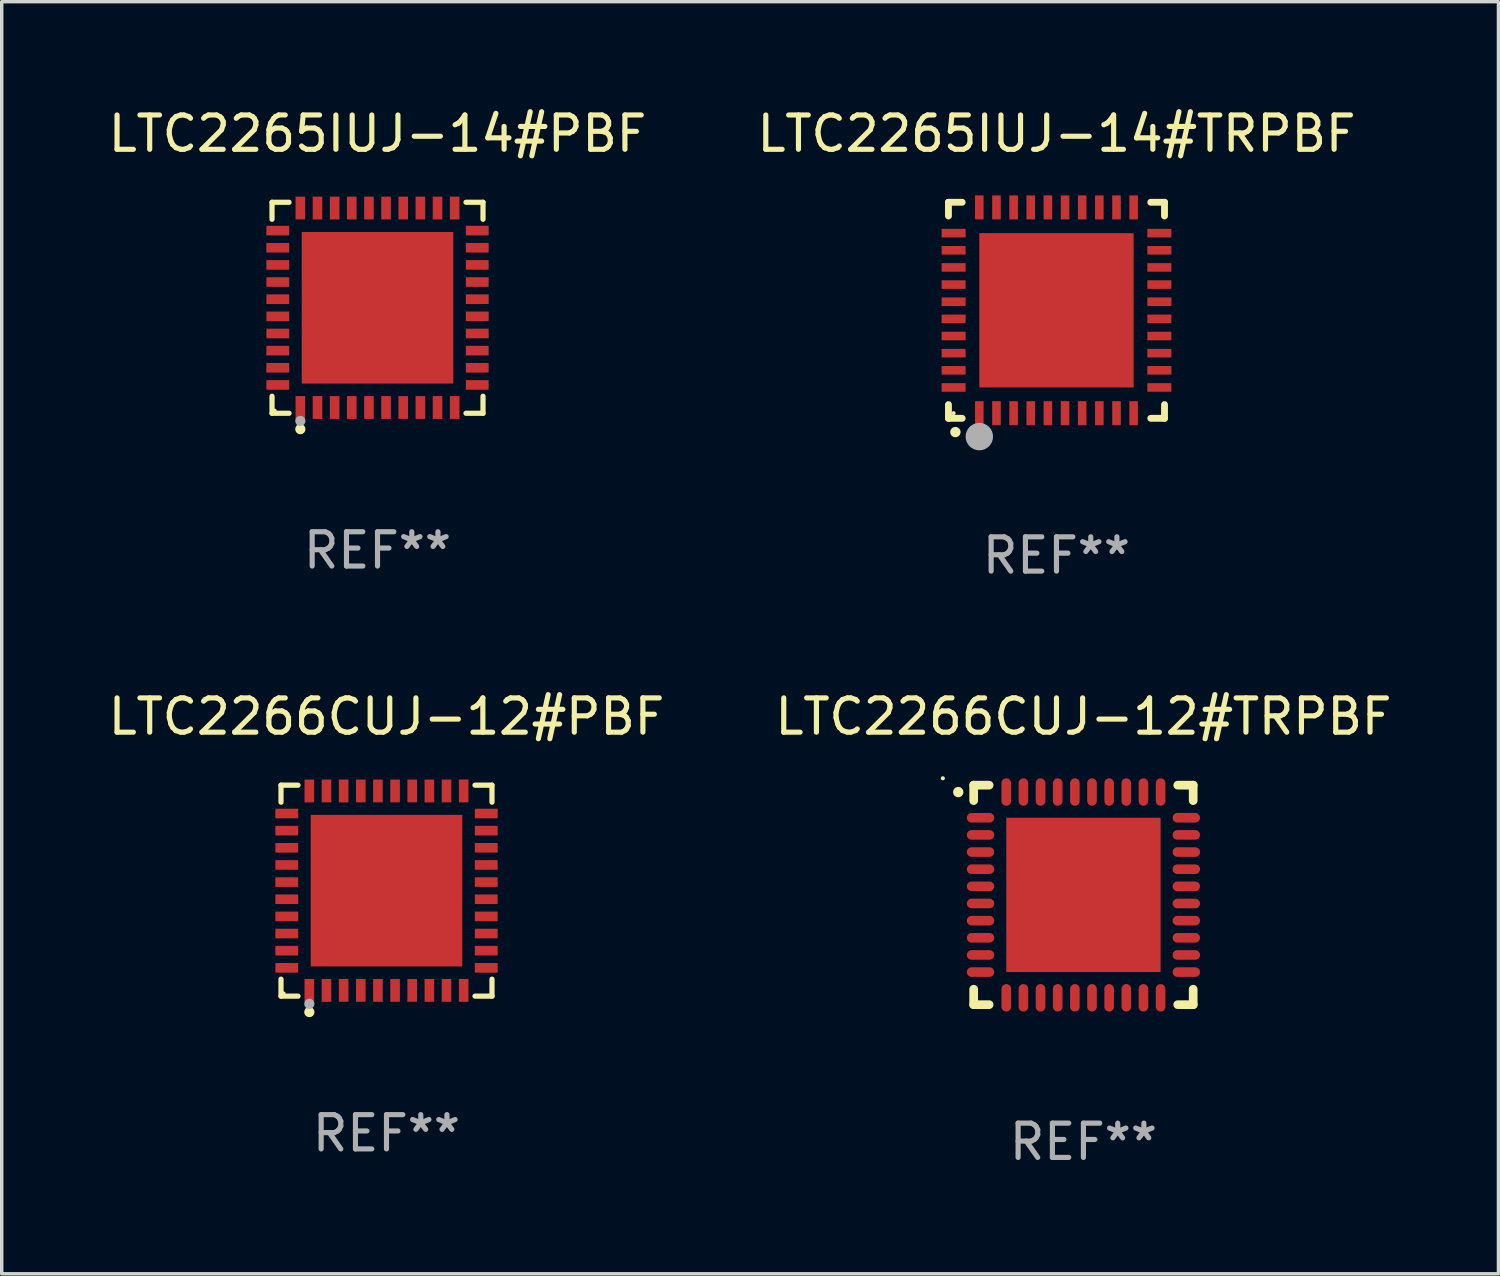
<source format=kicad_pcb>
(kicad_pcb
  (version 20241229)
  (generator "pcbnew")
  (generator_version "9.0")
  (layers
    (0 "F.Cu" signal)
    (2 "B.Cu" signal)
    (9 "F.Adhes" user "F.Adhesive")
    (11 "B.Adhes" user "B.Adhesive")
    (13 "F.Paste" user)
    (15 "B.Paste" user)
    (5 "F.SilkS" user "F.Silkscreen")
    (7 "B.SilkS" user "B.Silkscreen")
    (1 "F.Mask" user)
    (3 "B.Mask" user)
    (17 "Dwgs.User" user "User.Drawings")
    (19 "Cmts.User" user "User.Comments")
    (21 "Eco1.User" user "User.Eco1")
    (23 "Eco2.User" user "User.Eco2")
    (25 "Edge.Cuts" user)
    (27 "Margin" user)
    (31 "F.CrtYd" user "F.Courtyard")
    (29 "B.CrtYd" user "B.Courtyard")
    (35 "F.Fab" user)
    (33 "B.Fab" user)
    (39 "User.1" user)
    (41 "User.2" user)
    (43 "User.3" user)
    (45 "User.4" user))
  (footprint "LTC2266CUJ-12#PBF"
    (layer "F.Cu")
    (at 8.22 22.921)
    (property "Reference" "LTC2266CUJ-12#PBF" (at 0 -5.076 0) (layer "F.SilkS") (effects (font (size 1 1) (thickness 0.15))))
    (attr through_hole)
    (fp_line (start -3.076 -3.076) (end -2.58 -3.076) (stroke (width 0.152) (type solid)) (layer "F.SilkS"))
    (fp_line (start -3.076 -2.58) (end -3.076 -3.076) (stroke (width 0.152) (type solid)) (layer "F.SilkS"))
    (fp_line (start -3.076 2.58) (end -3.076 3.076) (stroke (width 0.152) (type solid)) (layer "F.SilkS"))
    (fp_line (start -3.076 3.076) (end -2.58 3.076) (stroke (width 0.152) (type solid)) (layer "F.SilkS"))
    (fp_line (start 3.076 -3.076) (end 2.58 -3.076) (stroke (width 0.152) (type solid)) (layer "F.SilkS"))
    (fp_line (start 3.076 -2.58) (end 3.076 -3.076) (stroke (width 0.152) (type solid)) (layer "F.SilkS"))
    (fp_line (start 3.076 2.58) (end 3.076 3.076) (stroke (width 0.152) (type solid)) (layer "F.SilkS"))
    (fp_line (start 3.076 3.076) (end 2.58 3.076) (stroke (width 0.152) (type solid)) (layer "F.SilkS"))
    (fp_circle (center -3 3) (end -2.97 3) (stroke (width 0.06) (type solid)) (fill no) (layer "F.SilkS"))
    (fp_circle (center -2.25 3.54) (end -2.175 3.54) (stroke (width 0.15) (type solid)) (fill no) (layer "F.SilkS"))
    (fp_circle (center -2.25 3.3) (end -2.175 3.3) (stroke (width 0.15) (type solid)) (fill no) (layer "F.Fab"))
    (fp_text user "REF**" (at 0 7.076 0) (layer "F.Fab") (effects (font (size 1 1) (thickness 0.15))))
    (pad "1" smd rect (at -2.25 2.908) (size 0.28 0.665) (layers "F.Cu" "F.Mask" "F.Paste"))
    (pad "2" smd rect (at -1.75 2.908) (size 0.28 0.665) (layers "F.Cu" "F.Mask" "F.Paste"))
    (pad "3" smd rect (at -1.25 2.908) (size 0.28 0.665) (layers "F.Cu" "F.Mask" "F.Paste"))
    (pad "4" smd rect (at -0.75 2.908) (size 0.28 0.665) (layers "F.Cu" "F.Mask" "F.Paste"))
    (pad "5" smd rect (at -0.25 2.908) (size 0.28 0.665) (layers "F.Cu" "F.Mask" "F.Paste"))
    (pad "6" smd rect (at 0.25 2.908) (size 0.28 0.665) (layers "F.Cu" "F.Mask" "F.Paste"))
    (pad "7" smd rect (at 0.75 2.908) (size 0.28 0.665) (layers "F.Cu" "F.Mask" "F.Paste"))
    (pad "8" smd rect (at 1.25 2.908) (size 0.28 0.665) (layers "F.Cu" "F.Mask" "F.Paste"))
    (pad "9" smd rect (at 1.75 2.908) (size 0.28 0.665) (layers "F.Cu" "F.Mask" "F.Paste"))
    (pad "10" smd rect (at 2.25 2.908) (size 0.28 0.665) (layers "F.Cu" "F.Mask" "F.Paste"))
    (pad "11" smd rect (at 2.908 2.25) (size 0.665 0.28) (layers "F.Cu" "F.Mask" "F.Paste"))
    (pad "12" smd rect (at 2.908 1.75) (size 0.665 0.28) (layers "F.Cu" "F.Mask" "F.Paste"))
    (pad "13" smd rect (at 2.908 1.25) (size 0.665 0.28) (layers "F.Cu" "F.Mask" "F.Paste"))
    (pad "14" smd rect (at 2.908 0.75) (size 0.665 0.28) (layers "F.Cu" "F.Mask" "F.Paste"))
    (pad "15" smd rect (at 2.908 0.25) (size 0.665 0.28) (layers "F.Cu" "F.Mask" "F.Paste"))
    (pad "16" smd rect (at 2.908 -0.25) (size 0.665 0.28) (layers "F.Cu" "F.Mask" "F.Paste"))
    (pad "17" smd rect (at 2.908 -0.75) (size 0.665 0.28) (layers "F.Cu" "F.Mask" "F.Paste"))
    (pad "18" smd rect (at 2.908 -1.25) (size 0.665 0.28) (layers "F.Cu" "F.Mask" "F.Paste"))
    (pad "19" smd rect (at 2.908 -1.75) (size 0.665 0.28) (layers "F.Cu" "F.Mask" "F.Paste"))
    (pad "20" smd rect (at 2.908 -2.25) (size 0.665 0.28) (layers "F.Cu" "F.Mask" "F.Paste"))
    (pad "21" smd rect (at 2.25 -2.908) (size 0.28 0.665) (layers "F.Cu" "F.Mask" "F.Paste"))
    (pad "22" smd rect (at 1.75 -2.908) (size 0.28 0.665) (layers "F.Cu" "F.Mask" "F.Paste"))
    (pad "23" smd rect (at 1.25 -2.908) (size 0.28 0.665) (layers "F.Cu" "F.Mask" "F.Paste"))
    (pad "24" smd rect (at 0.75 -2.908) (size 0.28 0.665) (layers "F.Cu" "F.Mask" "F.Paste"))
    (pad "25" smd rect (at 0.25 -2.908) (size 0.28 0.665) (layers "F.Cu" "F.Mask" "F.Paste"))
    (pad "26" smd rect (at -0.25 -2.908) (size 0.28 0.665) (layers "F.Cu" "F.Mask" "F.Paste"))
    (pad "27" smd rect (at -0.75 -2.908) (size 0.28 0.665) (layers "F.Cu" "F.Mask" "F.Paste"))
    (pad "28" smd rect (at -1.25 -2.908) (size 0.28 0.665) (layers "F.Cu" "F.Mask" "F.Paste"))
    (pad "29" smd rect (at -1.75 -2.908) (size 0.28 0.665) (layers "F.Cu" "F.Mask" "F.Paste"))
    (pad "30" smd rect (at -2.25 -2.908) (size 0.28 0.665) (layers "F.Cu" "F.Mask" "F.Paste"))
    (pad "31" smd rect (at -2.908 -2.25) (size 0.665 0.28) (layers "F.Cu" "F.Mask" "F.Paste"))
    (pad "32" smd rect (at -2.908 -1.75) (size 0.665 0.28) (layers "F.Cu" "F.Mask" "F.Paste"))
    (pad "33" smd rect (at -2.908 -1.25) (size 0.665 0.28) (layers "F.Cu" "F.Mask" "F.Paste"))
    (pad "34" smd rect (at -2.908 -0.75) (size 0.665 0.28) (layers "F.Cu" "F.Mask" "F.Paste"))
    (pad "35" smd rect (at -2.908 -0.25) (size 0.665 0.28) (layers "F.Cu" "F.Mask" "F.Paste"))
    (pad "36" smd rect (at -2.908 0.25) (size 0.665 0.28) (layers "F.Cu" "F.Mask" "F.Paste"))
    (pad "37" smd rect (at -2.908 0.75) (size 0.665 0.28) (layers "F.Cu" "F.Mask" "F.Paste"))
    (pad "38" smd rect (at -2.908 1.25) (size 0.665 0.28) (layers "F.Cu" "F.Mask" "F.Paste"))
    (pad "39" smd rect (at -2.908 1.75) (size 0.665 0.28) (layers "F.Cu" "F.Mask" "F.Paste"))
    (pad "40" smd rect (at -2.908 2.25) (size 0.665 0.28) (layers "F.Cu" "F.Mask" "F.Paste"))
    (pad "41" smd rect (at 0 0) (size 4.42 4.42) (layers "F.Cu" "F.Mask" "F.Paste")))
  (footprint "LTC2265IUJ-14#TRPBF"
    (layer "F.Cu")
    (at 27.756 5.998)
    (property "Reference" "LTC2265IUJ-14#TRPBF" (at 0 -5.15 0) (layer "F.SilkS") (effects (font (size 1 1) (thickness 0.15))))
    (attr through_hole)
    (fp_line (start -3.15 -3.15) (end -2.75 -3.15) (stroke (width 0.2) (type solid)) (layer "F.SilkS"))
    (fp_line (start -3.15 -2.75) (end -3.15 -3.15) (stroke (width 0.2) (type solid)) (layer "F.SilkS"))
    (fp_line (start -3.15 3.15) (end -3.15 2.75) (stroke (width 0.2) (type solid)) (layer "F.SilkS"))
    (fp_line (start -2.75 3.15) (end -3.15 3.15) (stroke (width 0.2) (type solid)) (layer "F.SilkS"))
    (fp_line (start 3.15 -3.15) (end 2.75 -3.15) (stroke (width 0.2) (type solid)) (layer "F.SilkS"))
    (fp_line (start 3.15 -2.75) (end 3.15 -3.15) (stroke (width 0.2) (type solid)) (layer "F.SilkS"))
    (fp_line (start 3.15 2.75) (end 3.15 3.15) (stroke (width 0.2) (type solid)) (layer "F.SilkS"))
    (fp_line (start 3.15 3.15) (end 2.75 3.15) (stroke (width 0.2) (type solid)) (layer "F.SilkS"))
    (fp_arc (start -2.94892 3.550927) (mid -2.94765 3.550922) (end -2.94638 3.550927) (stroke (width 0.3) (type solid)) (layer "F.SilkS"))
    (fp_circle (center -3 3) (end -2.97 3) (stroke (width 0.06) (type solid)) (fill no) (layer "F.SilkS"))
    (fp_circle (center -2.25 3.683) (end -2.05 3.683) (stroke (width 0.4) (type solid)) (fill no) (layer "F.Fab"))
    (fp_text user "REF**" (at 0 7.15 0) (layer "F.Fab") (effects (font (size 1 1) (thickness 0.15))))
    (pad "1" smd rect (at -2.25 3 180) (size 0.25 0.7) (layers "F.Cu" "F.Mask" "F.Paste"))
    (pad "2" smd rect (at -1.75 3 180) (size 0.25 0.7) (layers "F.Cu" "F.Mask" "F.Paste"))
    (pad "3" smd rect (at -1.25 3 180) (size 0.25 0.7) (layers "F.Cu" "F.Mask" "F.Paste"))
    (pad "4" smd rect (at -0.75 3 180) (size 0.25 0.7) (layers "F.Cu" "F.Mask" "F.Paste"))
    (pad "5" smd rect (at -0.25 3 180) (size 0.25 0.7) (layers "F.Cu" "F.Mask" "F.Paste"))
    (pad "6" smd rect (at 0.25 3 180) (size 0.25 0.7) (layers "F.Cu" "F.Mask" "F.Paste"))
    (pad "7" smd rect (at 0.75 3 180) (size 0.25 0.7) (layers "F.Cu" "F.Mask" "F.Paste"))
    (pad "8" smd rect (at 1.25 3 180) (size 0.25 0.7) (layers "F.Cu" "F.Mask" "F.Paste"))
    (pad "9" smd rect (at 1.75 3 180) (size 0.25 0.7) (layers "F.Cu" "F.Mask" "F.Paste"))
    (pad "10" smd rect (at 2.25 3 180) (size 0.25 0.7) (layers "F.Cu" "F.Mask" "F.Paste"))
    (pad "11" smd rect (at 3 2.25 90) (size 0.25 0.7) (layers "F.Cu" "F.Mask" "F.Paste"))
    (pad "12" smd rect (at 3 1.75 90) (size 0.25 0.7) (layers "F.Cu" "F.Mask" "F.Paste"))
    (pad "13" smd rect (at 3 1.25 90) (size 0.25 0.7) (layers "F.Cu" "F.Mask" "F.Paste"))
    (pad "14" smd rect (at 3 0.75 90) (size 0.25 0.7) (layers "F.Cu" "F.Mask" "F.Paste"))
    (pad "15" smd rect (at 3 0.25 90) (size 0.25 0.7) (layers "F.Cu" "F.Mask" "F.Paste"))
    (pad "16" smd rect (at 3 -0.25 90) (size 0.25 0.7) (layers "F.Cu" "F.Mask" "F.Paste"))
    (pad "17" smd rect (at 3 -0.75 90) (size 0.25 0.7) (layers "F.Cu" "F.Mask" "F.Paste"))
    (pad "18" smd rect (at 3 -1.25 90) (size 0.25 0.7) (layers "F.Cu" "F.Mask" "F.Paste"))
    (pad "19" smd rect (at 3 -1.75 90) (size 0.25 0.7) (layers "F.Cu" "F.Mask" "F.Paste"))
    (pad "20" smd rect (at 3 -2.25 90) (size 0.25 0.7) (layers "F.Cu" "F.Mask" "F.Paste"))
    (pad "21" smd rect (at 2.25 -3 180) (size 0.25 0.7) (layers "F.Cu" "F.Mask" "F.Paste"))
    (pad "22" smd rect (at 1.75 -3 180) (size 0.25 0.7) (layers "F.Cu" "F.Mask" "F.Paste"))
    (pad "23" smd rect (at 1.25 -3 180) (size 0.25 0.7) (layers "F.Cu" "F.Mask" "F.Paste"))
    (pad "24" smd rect (at 0.75 -3 180) (size 0.25 0.7) (layers "F.Cu" "F.Mask" "F.Paste"))
    (pad "25" smd rect (at 0.25 -3 180) (size 0.25 0.7) (layers "F.Cu" "F.Mask" "F.Paste"))
    (pad "26" smd rect (at -0.25 -3 180) (size 0.25 0.7) (layers "F.Cu" "F.Mask" "F.Paste"))
    (pad "27" smd rect (at -0.75 -3 180) (size 0.25 0.7) (layers "F.Cu" "F.Mask" "F.Paste"))
    (pad "28" smd rect (at -1.25 -3 180) (size 0.25 0.7) (layers "F.Cu" "F.Mask" "F.Paste"))
    (pad "29" smd rect (at -1.75 -3 180) (size 0.25 0.7) (layers "F.Cu" "F.Mask" "F.Paste"))
    (pad "30" smd rect (at -2.25 -3 180) (size 0.25 0.7) (layers "F.Cu" "F.Mask" "F.Paste"))
    (pad "31" smd rect (at -3 -2.25 90) (size 0.25 0.7) (layers "F.Cu" "F.Mask" "F.Paste"))
    (pad "32" smd rect (at -3 -1.75 90) (size 0.25 0.7) (layers "F.Cu" "F.Mask" "F.Paste"))
    (pad "33" smd rect (at -3 -1.25 90) (size 0.25 0.7) (layers "F.Cu" "F.Mask" "F.Paste"))
    (pad "34" smd rect (at -3 -0.75 90) (size 0.25 0.7) (layers "F.Cu" "F.Mask" "F.Paste"))
    (pad "35" smd rect (at -3 -0.25 90) (size 0.25 0.7) (layers "F.Cu" "F.Mask" "F.Paste"))
    (pad "36" smd rect (at -3 0.25 90) (size 0.25 0.7) (layers "F.Cu" "F.Mask" "F.Paste"))
    (pad "37" smd rect (at -3 0.75 90) (size 0.25 0.7) (layers "F.Cu" "F.Mask" "F.Paste"))
    (pad "38" smd rect (at -3 1.25 90) (size 0.25 0.7) (layers "F.Cu" "F.Mask" "F.Paste"))
    (pad "39" smd rect (at -3 1.75 90) (size 0.25 0.7) (layers "F.Cu" "F.Mask" "F.Paste"))
    (pad "40" smd rect (at -3 2.25 90) (size 0.25 0.7) (layers "F.Cu" "F.Mask" "F.Paste"))
    (pad "41" smd rect (at 0.000102 0.000076 90) (size 4.5 4.5) (layers "F.Cu" "F.Mask" "F.Paste")))
  (footprint "LTC2266CUJ-12#TRPBF"
    (layer "F.Cu")
    (at 28.542 23.045)
    (property "Reference" "LTC2266CUJ-12#TRPBF" (at 0 -5.2 0) (layer "F.SilkS") (effects (font (size 1 1) (thickness 0.15))))
    (attr through_hole)
    (fp_line (start -3.2 -3.2) (end -2.75 -3.2) (stroke (width 0.254) (type solid)) (layer "F.SilkS"))
    (fp_line (start -3.2 -2.75) (end -3.2 -3.2) (stroke (width 0.254) (type solid)) (layer "F.SilkS"))
    (fp_line (start -3.2 3.2) (end -3.2 2.75) (stroke (width 0.254) (type solid)) (layer "F.SilkS"))
    (fp_line (start -2.75 3.2) (end -3.2 3.2) (stroke (width 0.254) (type solid)) (layer "F.SilkS"))
    (fp_line (start 2.75 3.2) (end 3.2 3.2) (stroke (width 0.254) (type solid)) (layer "F.SilkS"))
    (fp_line (start 3.2 -3.2) (end 2.75 -3.2) (stroke (width 0.254) (type solid)) (layer "F.SilkS"))
    (fp_line (start 3.2 -2.75) (end 3.2 -3.2) (stroke (width 0.254) (type solid)) (layer "F.SilkS"))
    (fp_line (start 3.2 3.2) (end 3.2 2.75) (stroke (width 0.254) (type solid)) (layer "F.SilkS"))
    (fp_arc (start -3.649987 -2.997206) (mid -3.649992 -2.998476) (end -3.649987 -2.999746) (stroke (width 0.3) (type solid)) (layer "F.SilkS"))
    (fp_circle (center -4.1 -3.4) (end -4.07 -3.4) (stroke (width 0.06) (type solid)) (fill no) (layer "F.SilkS"))
    (fp_text user "REF**" (at 0 7.2 0) (layer "F.Fab") (effects (font (size 1 1) (thickness 0.15))))
    (pad "1" smd oval (at -3 -2.25 90) (size 0.28 0.8) (layers "F.Cu" "F.Mask" "F.Paste"))
    (pad "2" smd oval (at -3 -1.75 90) (size 0.28 0.8) (layers "F.Cu" "F.Mask" "F.Paste"))
    (pad "3" smd oval (at -3 -1.25 90) (size 0.28 0.8) (layers "F.Cu" "F.Mask" "F.Paste"))
    (pad "4" smd oval (at -3 -0.75 90) (size 0.28 0.8) (layers "F.Cu" "F.Mask" "F.Paste"))
    (pad "5" smd oval (at -3 -0.25 90) (size 0.28 0.8) (layers "F.Cu" "F.Mask" "F.Paste"))
    (pad "6" smd oval (at -3 0.25 90) (size 0.28 0.8) (layers "F.Cu" "F.Mask" "F.Paste"))
    (pad "7" smd oval (at -3 0.75 90) (size 0.28 0.8) (layers "F.Cu" "F.Mask" "F.Paste"))
    (pad "8" smd oval (at -3 1.25 90) (size 0.28 0.8) (layers "F.Cu" "F.Mask" "F.Paste"))
    (pad "9" smd oval (at -3 1.75 90) (size 0.28 0.8) (layers "F.Cu" "F.Mask" "F.Paste"))
    (pad "10" smd oval (at -3 2.25 90) (size 0.28 0.8) (layers "F.Cu" "F.Mask" "F.Paste"))
    (pad "11" smd oval (at -2.25 3) (size 0.28 0.8) (layers "F.Cu" "F.Mask" "F.Paste"))
    (pad "12" smd oval (at -1.75 3) (size 0.28 0.8) (layers "F.Cu" "F.Mask" "F.Paste"))
    (pad "13" smd oval (at -1.25 3) (size 0.28 0.8) (layers "F.Cu" "F.Mask" "F.Paste"))
    (pad "14" smd oval (at -0.75 3) (size 0.28 0.8) (layers "F.Cu" "F.Mask" "F.Paste"))
    (pad "15" smd oval (at -0.25 3) (size 0.28 0.8) (layers "F.Cu" "F.Mask" "F.Paste"))
    (pad "16" smd oval (at 0.25 3) (size 0.28 0.8) (layers "F.Cu" "F.Mask" "F.Paste"))
    (pad "17" smd oval (at 0.75 3) (size 0.28 0.8) (layers "F.Cu" "F.Mask" "F.Paste"))
    (pad "18" smd oval (at 1.25 3) (size 0.28 0.8) (layers "F.Cu" "F.Mask" "F.Paste"))
    (pad "19" smd oval (at 1.75 3) (size 0.28 0.8) (layers "F.Cu" "F.Mask" "F.Paste"))
    (pad "20" smd oval (at 2.25 3) (size 0.28 0.8) (layers "F.Cu" "F.Mask" "F.Paste"))
    (pad "21" smd oval (at 3 2.25 90) (size 0.28 0.8) (layers "F.Cu" "F.Mask" "F.Paste"))
    (pad "22" smd oval (at 3 1.75 90) (size 0.28 0.8) (layers "F.Cu" "F.Mask" "F.Paste"))
    (pad "23" smd oval (at 3 1.25 90) (size 0.28 0.8) (layers "F.Cu" "F.Mask" "F.Paste"))
    (pad "24" smd oval (at 3 0.75 90) (size 0.28 0.8) (layers "F.Cu" "F.Mask" "F.Paste"))
    (pad "25" smd oval (at 3 0.25 90) (size 0.28 0.8) (layers "F.Cu" "F.Mask" "F.Paste"))
    (pad "26" smd oval (at 3 -0.25 90) (size 0.28 0.8) (layers "F.Cu" "F.Mask" "F.Paste"))
    (pad "27" smd oval (at 3 -0.75 90) (size 0.28 0.8) (layers "F.Cu" "F.Mask" "F.Paste"))
    (pad "28" smd oval (at 3 -1.25 90) (size 0.28 0.8) (layers "F.Cu" "F.Mask" "F.Paste"))
    (pad "29" smd oval (at 3 -1.75 90) (size 0.28 0.8) (layers "F.Cu" "F.Mask" "F.Paste"))
    (pad "30" smd oval (at 3 -2.25 90) (size 0.28 0.8) (layers "F.Cu" "F.Mask" "F.Paste"))
    (pad "31" smd oval (at 2.25 -3) (size 0.28 0.8) (layers "F.Cu" "F.Mask" "F.Paste"))
    (pad "32" smd oval (at 1.75 -3) (size 0.28 0.8) (layers "F.Cu" "F.Mask" "F.Paste"))
    (pad "33" smd oval (at 1.25 -3) (size 0.28 0.8) (layers "F.Cu" "F.Mask" "F.Paste"))
    (pad "34" smd oval (at 0.75 -3) (size 0.28 0.8) (layers "F.Cu" "F.Mask" "F.Paste"))
    (pad "35" smd oval (at 0.25 -3) (size 0.28 0.8) (layers "F.Cu" "F.Mask" "F.Paste"))
    (pad "36" smd oval (at -0.25 -3) (size 0.28 0.8) (layers "F.Cu" "F.Mask" "F.Paste"))
    (pad "37" smd oval (at -0.75 -3) (size 0.28 0.8) (layers "F.Cu" "F.Mask" "F.Paste"))
    (pad "38" smd oval (at -1.25 -3) (size 0.28 0.8) (layers "F.Cu" "F.Mask" "F.Paste"))
    (pad "39" smd oval (at -1.75 -3) (size 0.28 0.8) (layers "F.Cu" "F.Mask" "F.Paste"))
    (pad "40" smd oval (at -2.25 -3) (size 0.28 0.8) (layers "F.Cu" "F.Mask" "F.Paste"))
    (pad "41" smd rect (at 0 0) (size 4.5 4.5) (layers "F.Cu" "F.Mask" "F.Paste")))
  (footprint "LTC2265IUJ-14#PBF"
    (layer "F.Cu")
    (at 7.958 5.924)
    (property "Reference" "LTC2265IUJ-14#PBF" (at 0 -5.076 0) (layer "F.SilkS") (effects (font (size 1 1) (thickness 0.15))))
    (attr through_hole)
    (fp_line (start -3.076 -3.076) (end -2.58 -3.076) (stroke (width 0.152) (type solid)) (layer "F.SilkS"))
    (fp_line (start -3.076 -2.58) (end -3.076 -3.076) (stroke (width 0.152) (type solid)) (layer "F.SilkS"))
    (fp_line (start -3.076 2.58) (end -3.076 3.076) (stroke (width 0.152) (type solid)) (layer "F.SilkS"))
    (fp_line (start -3.076 3.076) (end -2.58 3.076) (stroke (width 0.152) (type solid)) (layer "F.SilkS"))
    (fp_line (start 3.076 -3.076) (end 2.58 -3.076) (stroke (width 0.152) (type solid)) (layer "F.SilkS"))
    (fp_line (start 3.076 -2.58) (end 3.076 -3.076) (stroke (width 0.152) (type solid)) (layer "F.SilkS"))
    (fp_line (start 3.076 2.58) (end 3.076 3.076) (stroke (width 0.152) (type solid)) (layer "F.SilkS"))
    (fp_line (start 3.076 3.076) (end 2.58 3.076) (stroke (width 0.152) (type solid)) (layer "F.SilkS"))
    (fp_circle (center -3 3) (end -2.97 3) (stroke (width 0.06) (type solid)) (fill no) (layer "F.SilkS"))
    (fp_circle (center -2.25 3.54) (end -2.175 3.54) (stroke (width 0.15) (type solid)) (fill no) (layer "F.SilkS"))
    (fp_circle (center -2.25 3.3) (end -2.175 3.3) (stroke (width 0.15) (type solid)) (fill no) (layer "F.Fab"))
    (fp_text user "REF**" (at 0 7.076 0) (layer "F.Fab") (effects (font (size 1 1) (thickness 0.15))))
    (pad "1" smd rect (at -2.25 2.908) (size 0.28 0.665) (layers "F.Cu" "F.Mask" "F.Paste"))
    (pad "2" smd rect (at -1.75 2.908) (size 0.28 0.665) (layers "F.Cu" "F.Mask" "F.Paste"))
    (pad "3" smd rect (at -1.25 2.908) (size 0.28 0.665) (layers "F.Cu" "F.Mask" "F.Paste"))
    (pad "4" smd rect (at -0.75 2.908) (size 0.28 0.665) (layers "F.Cu" "F.Mask" "F.Paste"))
    (pad "5" smd rect (at -0.25 2.908) (size 0.28 0.665) (layers "F.Cu" "F.Mask" "F.Paste"))
    (pad "6" smd rect (at 0.25 2.908) (size 0.28 0.665) (layers "F.Cu" "F.Mask" "F.Paste"))
    (pad "7" smd rect (at 0.75 2.908) (size 0.28 0.665) (layers "F.Cu" "F.Mask" "F.Paste"))
    (pad "8" smd rect (at 1.25 2.908) (size 0.28 0.665) (layers "F.Cu" "F.Mask" "F.Paste"))
    (pad "9" smd rect (at 1.75 2.908) (size 0.28 0.665) (layers "F.Cu" "F.Mask" "F.Paste"))
    (pad "10" smd rect (at 2.25 2.908) (size 0.28 0.665) (layers "F.Cu" "F.Mask" "F.Paste"))
    (pad "11" smd rect (at 2.908 2.25) (size 0.665 0.28) (layers "F.Cu" "F.Mask" "F.Paste"))
    (pad "12" smd rect (at 2.908 1.75) (size 0.665 0.28) (layers "F.Cu" "F.Mask" "F.Paste"))
    (pad "13" smd rect (at 2.908 1.25) (size 0.665 0.28) (layers "F.Cu" "F.Mask" "F.Paste"))
    (pad "14" smd rect (at 2.908 0.75) (size 0.665 0.28) (layers "F.Cu" "F.Mask" "F.Paste"))
    (pad "15" smd rect (at 2.908 0.25) (size 0.665 0.28) (layers "F.Cu" "F.Mask" "F.Paste"))
    (pad "16" smd rect (at 2.908 -0.25) (size 0.665 0.28) (layers "F.Cu" "F.Mask" "F.Paste"))
    (pad "17" smd rect (at 2.908 -0.75) (size 0.665 0.28) (layers "F.Cu" "F.Mask" "F.Paste"))
    (pad "18" smd rect (at 2.908 -1.25) (size 0.665 0.28) (layers "F.Cu" "F.Mask" "F.Paste"))
    (pad "19" smd rect (at 2.908 -1.75) (size 0.665 0.28) (layers "F.Cu" "F.Mask" "F.Paste"))
    (pad "20" smd rect (at 2.908 -2.25) (size 0.665 0.28) (layers "F.Cu" "F.Mask" "F.Paste"))
    (pad "21" smd rect (at 2.25 -2.908) (size 0.28 0.665) (layers "F.Cu" "F.Mask" "F.Paste"))
    (pad "22" smd rect (at 1.75 -2.908) (size 0.28 0.665) (layers "F.Cu" "F.Mask" "F.Paste"))
    (pad "23" smd rect (at 1.25 -2.908) (size 0.28 0.665) (layers "F.Cu" "F.Mask" "F.Paste"))
    (pad "24" smd rect (at 0.75 -2.908) (size 0.28 0.665) (layers "F.Cu" "F.Mask" "F.Paste"))
    (pad "25" smd rect (at 0.25 -2.908) (size 0.28 0.665) (layers "F.Cu" "F.Mask" "F.Paste"))
    (pad "26" smd rect (at -0.25 -2.908) (size 0.28 0.665) (layers "F.Cu" "F.Mask" "F.Paste"))
    (pad "27" smd rect (at -0.75 -2.908) (size 0.28 0.665) (layers "F.Cu" "F.Mask" "F.Paste"))
    (pad "28" smd rect (at -1.25 -2.908) (size 0.28 0.665) (layers "F.Cu" "F.Mask" "F.Paste"))
    (pad "29" smd rect (at -1.75 -2.908) (size 0.28 0.665) (layers "F.Cu" "F.Mask" "F.Paste"))
    (pad "30" smd rect (at -2.25 -2.908) (size 0.28 0.665) (layers "F.Cu" "F.Mask" "F.Paste"))
    (pad "31" smd rect (at -2.908 -2.25) (size 0.665 0.28) (layers "F.Cu" "F.Mask" "F.Paste"))
    (pad "32" smd rect (at -2.908 -1.75) (size 0.665 0.28) (layers "F.Cu" "F.Mask" "F.Paste"))
    (pad "33" smd rect (at -2.908 -1.25) (size 0.665 0.28) (layers "F.Cu" "F.Mask" "F.Paste"))
    (pad "34" smd rect (at -2.908 -0.75) (size 0.665 0.28) (layers "F.Cu" "F.Mask" "F.Paste"))
    (pad "35" smd rect (at -2.908 -0.25) (size 0.665 0.28) (layers "F.Cu" "F.Mask" "F.Paste"))
    (pad "36" smd rect (at -2.908 0.25) (size 0.665 0.28) (layers "F.Cu" "F.Mask" "F.Paste"))
    (pad "37" smd rect (at -2.908 0.75) (size 0.665 0.28) (layers "F.Cu" "F.Mask" "F.Paste"))
    (pad "38" smd rect (at -2.908 1.25) (size 0.665 0.28) (layers "F.Cu" "F.Mask" "F.Paste"))
    (pad "39" smd rect (at -2.908 1.75) (size 0.665 0.28) (layers "F.Cu" "F.Mask" "F.Paste"))
    (pad "40" smd rect (at -2.908 2.25) (size 0.665 0.28) (layers "F.Cu" "F.Mask" "F.Paste"))
    (pad "41" smd rect (at 0 0) (size 4.42 4.42) (layers "F.Cu" "F.Mask" "F.Paste")))
  (gr_rect
    (start -3 -3)
    (end 40.643 34.093)
    (stroke (width 0.1) (type default))
    (fill no)
    (layer "Edge.Cuts")))
</source>
